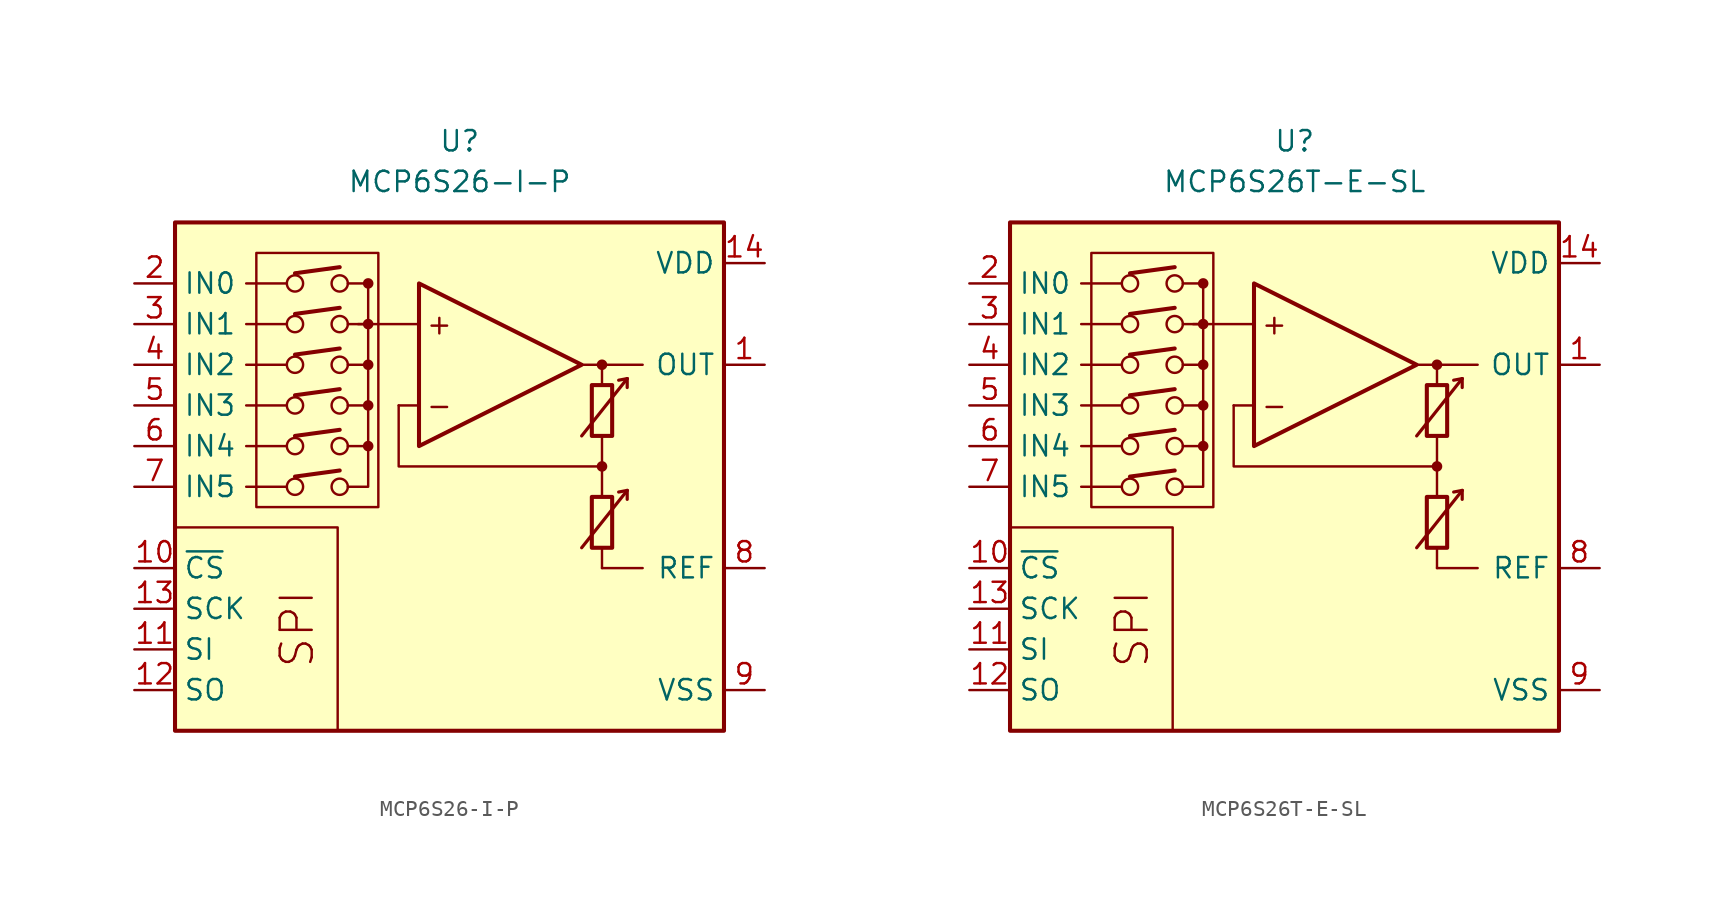
<source format=kicad_sym>
(kicad_symbol_lib
  (version 20211014)
  (generator kicad_symbol_editor)
  (symbol "MCP6S26-I-P"
    (property "Reference" "U"
      (at 0 19.05 0)
      (effects (font (size 1.27 1.27))))
    (property "Value" "MCP6S26-I-P"
      (at 0 16.51 0)
      (effects (font (size 1.27 1.27))))
    (symbol "MCP6S26-I-P_0_0"
      (rectangle (start -17.78 13.97) (end 16.51 -17.78) (stroke (width 0.254) (type default) (color 0 0 0 0)) (fill (type background)))
      (rectangle (start -12.7 12.065) (end -5.08 -3.81) (stroke (width 0.152) (type default) (color 0 0 0 0)) (fill (type none)))
      (circle (center -10.287 -2.54) (radius 0.508) (stroke (width 0) (type default) (color 0 0 0 0)) (fill (type none)))
      (circle (center -10.287 0) (radius 0.508) (stroke (width 0) (type default) (color 0 0 0 0)) (fill (type none)))
      (circle (center -10.287 2.54) (radius 0.508) (stroke (width 0) (type default) (color 0 0 0 0)) (fill (type none)))
      (circle (center -10.287 5.08) (radius 0.508) (stroke (width 0) (type default) (color 0 0 0 0)) (fill (type none)))
      (circle (center -10.287 7.62) (radius 0.508) (stroke (width 0) (type default) (color 0 0 0 0)) (fill (type none)))
      (circle (center -10.287 10.16) (radius 0.508) (stroke (width 0) (type default) (color 0 0 0 0)) (fill (type none)))
      (circle (center -7.493 -2.54) (radius 0.508) (stroke (width 0) (type default) (color 0 0 0 0)) (fill (type none)))
      (circle (center -7.493 0) (radius 0.508) (stroke (width 0) (type default) (color 0 0 0 0)) (fill (type none)))
      (circle (center -7.493 2.54) (radius 0.508) (stroke (width 0) (type default) (color 0 0 0 0)) (fill (type none)))
      (circle (center -7.493 5.08) (radius 0.508) (stroke (width 0) (type default) (color 0 0 0 0)) (fill (type none)))
      (circle (center -7.493 7.62) (radius 0.508) (stroke (width 0) (type default) (color 0 0 0 0)) (fill (type none)))
      (circle (center -7.493 10.16) (radius 0.508) (stroke (width 0) (type default) (color 0 0 0 0)) (fill (type none)))
      (circle (center -5.715 0) (radius 0.254) (stroke (width 0.152) (type default) (color 0 0 0 0)) (fill (type outline)))
      (circle (center -5.715 2.54) (radius 0.254) (stroke (width 0.152) (type default) (color 0 0 0 0)) (fill (type outline)))
      (circle (center -5.715 5.08) (radius 0.254) (stroke (width 0.152) (type default) (color 0 0 0 0)) (fill (type outline)))
      (circle (center -5.715 7.62) (radius 0.254) (stroke (width 0.152) (type default) (color 0 0 0 0)) (fill (type outline)))
      (circle (center -5.715 10.16) (radius 0.254) (stroke (width 0.152) (type default) (color 0 0 0 0)) (fill (type outline)))
      (polyline (pts (xy 8.89 -3.81)) (stroke (width 0.152) (type default) (color 0 0 0 0)) (fill (type none)))
      (polyline (pts (xy 8.89 3.81)) (stroke (width 0.152) (type default) (color 0 0 0 0)) (fill (type none)))
      (polyline (pts (xy -10.795 -2.54) (xy -13.335 -2.54)) (stroke (width 0.152) (type default) (color 0 0 0 0)) (fill (type none)))
      (polyline (pts (xy -10.795 0) (xy -13.335 0)) (stroke (width 0.152) (type default) (color 0 0 0 0)) (fill (type none)))
      (polyline (pts (xy -10.795 2.54) (xy -13.335 2.54)) (stroke (width 0.152) (type default) (color 0 0 0 0)) (fill (type none)))
      (polyline (pts (xy -10.795 5.08) (xy -13.335 5.08)) (stroke (width 0.152) (type default) (color 0 0 0 0)) (fill (type none)))
      (polyline (pts (xy -10.795 7.62) (xy -13.335 7.62)) (stroke (width 0.152) (type default) (color 0 0 0 0)) (fill (type none)))
      (polyline (pts (xy -10.795 10.16) (xy -13.335 10.16)) (stroke (width 0.152) (type default) (color 0 0 0 0)) (fill (type none)))
      (polyline (pts (xy -10.287 -1.905) (xy -7.493 -1.524)) (stroke (width 0.254) (type default) (color 0 0 0 0)) (fill (type none)))
      (polyline (pts (xy -10.287 0.635) (xy -7.493 1.016)) (stroke (width 0.254) (type default) (color 0 0 0 0)) (fill (type none)))
      (polyline (pts (xy -10.287 3.175) (xy -7.493 3.556)) (stroke (width 0.254) (type default) (color 0 0 0 0)) (fill (type none)))
      (polyline (pts (xy -10.287 5.715) (xy -7.493 6.096)) (stroke (width 0.254) (type default) (color 0 0 0 0)) (fill (type none)))
      (polyline (pts (xy -10.287 8.255) (xy -7.493 8.636)) (stroke (width 0.254) (type default) (color 0 0 0 0)) (fill (type none)))
      (polyline (pts (xy -10.287 10.795) (xy -7.493 11.176)) (stroke (width 0.254) (type default) (color 0 0 0 0)) (fill (type none)))
      (polyline (pts (xy -5.715 10.16) (xy -6.985 10.16)) (stroke (width 0.152) (type default) (color 0 0 0 0)) (fill (type none)))
      (polyline (pts (xy -2.54 2.54) (xy -3.81 2.54)) (stroke (width 0.152) (type default) (color 0 0 0 0)) (fill (type none)))
      (polyline (pts (xy -2.54 7.62) (xy -6.35 7.62)) (stroke (width 0.152) (type default) (color 0 0 0 0)) (fill (type none)))
      (polyline (pts (xy 7.62 5.08) (xy 11.43 5.08)) (stroke (width 0.152) (type default) (color 0 0 0 0)) (fill (type none)))
      (polyline (pts (xy 8.89 -6.35) (xy 8.89 -7.62)) (stroke (width 0.152) (type default) (color 0 0 0 0)) (fill (type none)))
      (polyline (pts (xy 8.89 -1.27) (xy 8.89 -3.175)) (stroke (width 0.152) (type default) (color 0 0 0 0)) (fill (type none)))
      (polyline (pts (xy 8.89 0.635) (xy 8.89 -1.27)) (stroke (width 0.152) (type default) (color 0 0 0 0)) (fill (type none)))
      (polyline (pts (xy 8.89 5.08) (xy 8.89 3.81)) (stroke (width 0.152) (type default) (color 0 0 0 0)) (fill (type none)))
      (polyline (pts (xy -7.62 -17.78) (xy -7.62 -5.08) (xy -17.78 -5.08)) (stroke (width 0.152) (type default) (color 0 0 0 0)) (fill (type none)))
      (polyline (pts (xy -6.985 -2.54) (xy -5.715 -2.54) (xy -5.715 0)) (stroke (width 0.152) (type default) (color 0 0 0 0)) (fill (type none)))
      (polyline (pts (xy -6.985 0) (xy -5.715 0) (xy -5.715 2.54)) (stroke (width 0.152) (type default) (color 0 0 0 0)) (fill (type none)))
      (polyline (pts (xy -6.985 2.54) (xy -5.715 2.54) (xy -5.715 5.08)) (stroke (width 0.152) (type default) (color 0 0 0 0)) (fill (type none)))
      (polyline (pts (xy -6.985 5.08) (xy -5.715 5.08) (xy -5.715 7.62)) (stroke (width 0.152) (type default) (color 0 0 0 0)) (fill (type none)))
      (polyline (pts (xy -6.985 7.62) (xy -5.715 7.62) (xy -5.715 10.16)) (stroke (width 0.152) (type default) (color 0 0 0 0)) (fill (type none)))
      (polyline (pts (xy 8.89 -1.27) (xy -3.81 -1.27) (xy -3.81 2.54)) (stroke (width 0.152) (type default) (color 0 0 0 0)) (fill (type none)))
      (circle (center 8.89 -1.27) (radius 0.254) (stroke (width 0.152) (type default) (color 0 0 0 0)) (fill (type outline)))
      (circle (center 8.89 5.08) (radius 0.254) (stroke (width 0.152) (type default) (color 0 0 0 0)) (fill (type outline)))
      (text "+" (at -1.27 7.62 0) (effects (font (size 1.27 1.27))))
      (text "-" (at -1.27 2.54 0) (effects (font (size 1.27 1.27))))
      (text "SPI" (at -10.16 -11.43 900) (effects (font (size 2 2)))))
    (symbol "MCP6S26-I-P_0_1"
      (polyline (pts (xy 8.89 -7.62) (xy 11.43 -7.62)) (stroke (width 0) (type default) (color 0 0 0 0)) (fill (type none)))
      (polyline (pts (xy 10.465 -2.769) (xy 9.931 -2.87)) (stroke (width 0.2) (type default) (color 0 0 0 0)) (fill (type none)))
      (polyline (pts (xy 10.465 -2.769) (xy 10.465 -3.327)) (stroke (width 0.2) (type default) (color 0 0 0 0)) (fill (type none)))
      (polyline (pts (xy 10.465 4.216) (xy 9.931 4.115)) (stroke (width 0.2) (type default) (color 0 0 0 0)) (fill (type none)))
      (polyline (pts (xy 10.465 4.216) (xy 10.465 3.658)) (stroke (width 0.2) (type default) (color 0 0 0 0)) (fill (type none)))
      (polyline (pts (xy -2.54 10.16) (xy -2.54 0) (xy 7.62 5.08) (xy -2.54 10.16)) (stroke (width 0.254) (type default) (color 0 0 0 0)) (fill (type background)))
      (polyline (pts (xy 7.62 -6.35) (xy 10.465 -2.769) (xy 10.465 -2.769) (xy 10.465 -2.769)) (stroke (width 0.2) (type default) (color 0 0 0 0)) (fill (type none)))
      (polyline (pts (xy 7.62 0.635) (xy 10.465 4.216) (xy 10.465 4.216) (xy 10.465 4.216)) (stroke (width 0.2) (type default) (color 0 0 0 0)) (fill (type none)))
      (rectangle (start 8.255 -3.175) (end 9.525 -6.35) (stroke (width 0.254) (type default) (color 0 0 0 0)) (fill (type none)))
      (rectangle (start 8.255 3.81) (end 9.525 0.635) (stroke (width 0.254) (type default) (color 0 0 0 0)) (fill (type none))))
    (symbol "MCP6S26-I-P_1_1"
      (pin output line (at 19.05 5.08 180) (length 2.54) (name "OUT" (effects (font (size 1.27 1.27)))) (number "1" (effects (font (size 1.27 1.27)))))
      (pin input line (at -20.32 -7.62 0) (length 2.54) (name "~{CS}" (effects (font (size 1.27 1.27)))) (number "10" (effects (font (size 1.27 1.27)))))
      (pin input line (at -20.32 -12.7 0) (length 2.54) (name "SI" (effects (font (size 1.27 1.27)))) (number "11" (effects (font (size 1.27 1.27)))))
      (pin output line (at -20.32 -15.24 0) (length 2.54) (name "SO" (effects (font (size 1.27 1.27)))) (number "12" (effects (font (size 1.27 1.27)))))
      (pin input line (at -20.32 -10.16 0) (length 2.54) (name "SCK" (effects (font (size 1.27 1.27)))) (number "13" (effects (font (size 1.27 1.27)))))
      (pin power_in line (at 19.05 11.43 180) (length 2.54) (name "VDD" (effects (font (size 1.27 1.27)))) (number "14" (effects (font (size 1.27 1.27)))))
      (pin input line (at -20.32 10.16 0) (length 2.54) (name "IN0" (effects (font (size 1.27 1.27)))) (number "2" (effects (font (size 1.27 1.27)))))
      (pin input line (at -20.32 7.62 0) (length 2.54) (name "IN1" (effects (font (size 1.27 1.27)))) (number "3" (effects (font (size 1.27 1.27)))))
      (pin input line (at -20.32 5.08 0) (length 2.54) (name "IN2" (effects (font (size 1.27 1.27)))) (number "4" (effects (font (size 1.27 1.27)))))
      (pin input line (at -20.32 2.54 0) (length 2.54) (name "IN3" (effects (font (size 1.27 1.27)))) (number "5" (effects (font (size 1.27 1.27)))))
      (pin input line (at -20.32 0 0) (length 2.54) (name "IN4" (effects (font (size 1.27 1.27)))) (number "6" (effects (font (size 1.27 1.27)))))
      (pin input line (at -20.32 -2.54 0) (length 2.54) (name "IN5" (effects (font (size 1.27 1.27)))) (number "7" (effects (font (size 1.27 1.27)))))
      (pin passive line (at 19.05 -7.62 180) (length 2.54) (name "REF" (effects (font (size 1.27 1.27)))) (number "8" (effects (font (size 1.27 1.27)))))
      (pin power_in line (at 19.05 -15.24 180) (length 2.54) (name "VSS" (effects (font (size 1.27 1.27)))) (number "9" (effects (font (size 1.27 1.27)))))))
  (symbol "MCP6S26T-E-SL"
    (property "Reference" "U"
      (at 0 19.05 0)
      (effects (font (size 1.27 1.27))))
    (property "Value" "MCP6S26T-E-SL"
      (at 0 16.51 0)
      (effects (font (size 1.27 1.27))))
    (symbol "MCP6S26T-E-SL_0_0"
      (rectangle (start -17.78 13.97) (end 16.51 -17.78) (stroke (width 0.254) (type default) (color 0 0 0 0)) (fill (type background)))
      (rectangle (start -12.7 12.065) (end -5.08 -3.81) (stroke (width 0.152) (type default) (color 0 0 0 0)) (fill (type none)))
      (circle (center -10.287 -2.54) (radius 0.508) (stroke (width 0) (type default) (color 0 0 0 0)) (fill (type none)))
      (circle (center -10.287 0) (radius 0.508) (stroke (width 0) (type default) (color 0 0 0 0)) (fill (type none)))
      (circle (center -10.287 2.54) (radius 0.508) (stroke (width 0) (type default) (color 0 0 0 0)) (fill (type none)))
      (circle (center -10.287 5.08) (radius 0.508) (stroke (width 0) (type default) (color 0 0 0 0)) (fill (type none)))
      (circle (center -10.287 7.62) (radius 0.508) (stroke (width 0) (type default) (color 0 0 0 0)) (fill (type none)))
      (circle (center -10.287 10.16) (radius 0.508) (stroke (width 0) (type default) (color 0 0 0 0)) (fill (type none)))
      (circle (center -7.493 -2.54) (radius 0.508) (stroke (width 0) (type default) (color 0 0 0 0)) (fill (type none)))
      (circle (center -7.493 0) (radius 0.508) (stroke (width 0) (type default) (color 0 0 0 0)) (fill (type none)))
      (circle (center -7.493 2.54) (radius 0.508) (stroke (width 0) (type default) (color 0 0 0 0)) (fill (type none)))
      (circle (center -7.493 5.08) (radius 0.508) (stroke (width 0) (type default) (color 0 0 0 0)) (fill (type none)))
      (circle (center -7.493 7.62) (radius 0.508) (stroke (width 0) (type default) (color 0 0 0 0)) (fill (type none)))
      (circle (center -7.493 10.16) (radius 0.508) (stroke (width 0) (type default) (color 0 0 0 0)) (fill (type none)))
      (circle (center -5.715 0) (radius 0.254) (stroke (width 0.152) (type default) (color 0 0 0 0)) (fill (type outline)))
      (circle (center -5.715 2.54) (radius 0.254) (stroke (width 0.152) (type default) (color 0 0 0 0)) (fill (type outline)))
      (circle (center -5.715 5.08) (radius 0.254) (stroke (width 0.152) (type default) (color 0 0 0 0)) (fill (type outline)))
      (circle (center -5.715 7.62) (radius 0.254) (stroke (width 0.152) (type default) (color 0 0 0 0)) (fill (type outline)))
      (circle (center -5.715 10.16) (radius 0.254) (stroke (width 0.152) (type default) (color 0 0 0 0)) (fill (type outline)))
      (polyline (pts (xy 8.89 -3.81)) (stroke (width 0.152) (type default) (color 0 0 0 0)) (fill (type none)))
      (polyline (pts (xy 8.89 3.81)) (stroke (width 0.152) (type default) (color 0 0 0 0)) (fill (type none)))
      (polyline (pts (xy -10.795 -2.54) (xy -13.335 -2.54)) (stroke (width 0.152) (type default) (color 0 0 0 0)) (fill (type none)))
      (polyline (pts (xy -10.795 0) (xy -13.335 0)) (stroke (width 0.152) (type default) (color 0 0 0 0)) (fill (type none)))
      (polyline (pts (xy -10.795 2.54) (xy -13.335 2.54)) (stroke (width 0.152) (type default) (color 0 0 0 0)) (fill (type none)))
      (polyline (pts (xy -10.795 5.08) (xy -13.335 5.08)) (stroke (width 0.152) (type default) (color 0 0 0 0)) (fill (type none)))
      (polyline (pts (xy -10.795 7.62) (xy -13.335 7.62)) (stroke (width 0.152) (type default) (color 0 0 0 0)) (fill (type none)))
      (polyline (pts (xy -10.795 10.16) (xy -13.335 10.16)) (stroke (width 0.152) (type default) (color 0 0 0 0)) (fill (type none)))
      (polyline (pts (xy -10.287 -1.905) (xy -7.493 -1.524)) (stroke (width 0.254) (type default) (color 0 0 0 0)) (fill (type none)))
      (polyline (pts (xy -10.287 0.635) (xy -7.493 1.016)) (stroke (width 0.254) (type default) (color 0 0 0 0)) (fill (type none)))
      (polyline (pts (xy -10.287 3.175) (xy -7.493 3.556)) (stroke (width 0.254) (type default) (color 0 0 0 0)) (fill (type none)))
      (polyline (pts (xy -10.287 5.715) (xy -7.493 6.096)) (stroke (width 0.254) (type default) (color 0 0 0 0)) (fill (type none)))
      (polyline (pts (xy -10.287 8.255) (xy -7.493 8.636)) (stroke (width 0.254) (type default) (color 0 0 0 0)) (fill (type none)))
      (polyline (pts (xy -10.287 10.795) (xy -7.493 11.176)) (stroke (width 0.254) (type default) (color 0 0 0 0)) (fill (type none)))
      (polyline (pts (xy -5.715 10.16) (xy -6.985 10.16)) (stroke (width 0.152) (type default) (color 0 0 0 0)) (fill (type none)))
      (polyline (pts (xy -2.54 2.54) (xy -3.81 2.54)) (stroke (width 0.152) (type default) (color 0 0 0 0)) (fill (type none)))
      (polyline (pts (xy -2.54 7.62) (xy -6.35 7.62)) (stroke (width 0.152) (type default) (color 0 0 0 0)) (fill (type none)))
      (polyline (pts (xy 7.62 5.08) (xy 11.43 5.08)) (stroke (width 0.152) (type default) (color 0 0 0 0)) (fill (type none)))
      (polyline (pts (xy 8.89 -6.35) (xy 8.89 -7.62)) (stroke (width 0.152) (type default) (color 0 0 0 0)) (fill (type none)))
      (polyline (pts (xy 8.89 -1.27) (xy 8.89 -3.175)) (stroke (width 0.152) (type default) (color 0 0 0 0)) (fill (type none)))
      (polyline (pts (xy 8.89 0.635) (xy 8.89 -1.27)) (stroke (width 0.152) (type default) (color 0 0 0 0)) (fill (type none)))
      (polyline (pts (xy 8.89 5.08) (xy 8.89 3.81)) (stroke (width 0.152) (type default) (color 0 0 0 0)) (fill (type none)))
      (polyline (pts (xy -7.62 -17.78) (xy -7.62 -5.08) (xy -17.78 -5.08)) (stroke (width 0.152) (type default) (color 0 0 0 0)) (fill (type none)))
      (polyline (pts (xy -6.985 -2.54) (xy -5.715 -2.54) (xy -5.715 0)) (stroke (width 0.152) (type default) (color 0 0 0 0)) (fill (type none)))
      (polyline (pts (xy -6.985 0) (xy -5.715 0) (xy -5.715 2.54)) (stroke (width 0.152) (type default) (color 0 0 0 0)) (fill (type none)))
      (polyline (pts (xy -6.985 2.54) (xy -5.715 2.54) (xy -5.715 5.08)) (stroke (width 0.152) (type default) (color 0 0 0 0)) (fill (type none)))
      (polyline (pts (xy -6.985 5.08) (xy -5.715 5.08) (xy -5.715 7.62)) (stroke (width 0.152) (type default) (color 0 0 0 0)) (fill (type none)))
      (polyline (pts (xy -6.985 7.62) (xy -5.715 7.62) (xy -5.715 10.16)) (stroke (width 0.152) (type default) (color 0 0 0 0)) (fill (type none)))
      (polyline (pts (xy 8.89 -1.27) (xy -3.81 -1.27) (xy -3.81 2.54)) (stroke (width 0.152) (type default) (color 0 0 0 0)) (fill (type none)))
      (circle (center 8.89 -1.27) (radius 0.254) (stroke (width 0.152) (type default) (color 0 0 0 0)) (fill (type outline)))
      (circle (center 8.89 5.08) (radius 0.254) (stroke (width 0.152) (type default) (color 0 0 0 0)) (fill (type outline)))
      (text "+" (at -1.27 7.62 0) (effects (font (size 1.27 1.27))))
      (text "-" (at -1.27 2.54 0) (effects (font (size 1.27 1.27))))
      (text "SPI" (at -10.16 -11.43 900) (effects (font (size 2 2)))))
    (symbol "MCP6S26T-E-SL_0_1"
      (polyline (pts (xy 8.89 -7.62) (xy 11.43 -7.62)) (stroke (width 0) (type default) (color 0 0 0 0)) (fill (type none)))
      (polyline (pts (xy 10.465 -2.769) (xy 9.931 -2.87)) (stroke (width 0.2) (type default) (color 0 0 0 0)) (fill (type none)))
      (polyline (pts (xy 10.465 -2.769) (xy 10.465 -3.327)) (stroke (width 0.2) (type default) (color 0 0 0 0)) (fill (type none)))
      (polyline (pts (xy 10.465 4.216) (xy 9.931 4.115)) (stroke (width 0.2) (type default) (color 0 0 0 0)) (fill (type none)))
      (polyline (pts (xy 10.465 4.216) (xy 10.465 3.658)) (stroke (width 0.2) (type default) (color 0 0 0 0)) (fill (type none)))
      (polyline (pts (xy -2.54 10.16) (xy -2.54 0) (xy 7.62 5.08) (xy -2.54 10.16)) (stroke (width 0.254) (type default) (color 0 0 0 0)) (fill (type background)))
      (polyline (pts (xy 7.62 -6.35) (xy 10.465 -2.769) (xy 10.465 -2.769) (xy 10.465 -2.769)) (stroke (width 0.2) (type default) (color 0 0 0 0)) (fill (type none)))
      (polyline (pts (xy 7.62 0.635) (xy 10.465 4.216) (xy 10.465 4.216) (xy 10.465 4.216)) (stroke (width 0.2) (type default) (color 0 0 0 0)) (fill (type none)))
      (rectangle (start 8.255 -3.175) (end 9.525 -6.35) (stroke (width 0.254) (type default) (color 0 0 0 0)) (fill (type none)))
      (rectangle (start 8.255 3.81) (end 9.525 0.635) (stroke (width 0.254) (type default) (color 0 0 0 0)) (fill (type none))))
    (symbol "MCP6S26T-E-SL_1_1"
      (pin output line (at 19.05 5.08 180) (length 2.54) (name "OUT" (effects (font (size 1.27 1.27)))) (number "1" (effects (font (size 1.27 1.27)))))
      (pin input line (at -20.32 -7.62 0) (length 2.54) (name "~{CS}" (effects (font (size 1.27 1.27)))) (number "10" (effects (font (size 1.27 1.27)))))
      (pin input line (at -20.32 -12.7 0) (length 2.54) (name "SI" (effects (font (size 1.27 1.27)))) (number "11" (effects (font (size 1.27 1.27)))))
      (pin output line (at -20.32 -15.24 0) (length 2.54) (name "SO" (effects (font (size 1.27 1.27)))) (number "12" (effects (font (size 1.27 1.27)))))
      (pin input line (at -20.32 -10.16 0) (length 2.54) (name "SCK" (effects (font (size 1.27 1.27)))) (number "13" (effects (font (size 1.27 1.27)))))
      (pin power_in line (at 19.05 11.43 180) (length 2.54) (name "VDD" (effects (font (size 1.27 1.27)))) (number "14" (effects (font (size 1.27 1.27)))))
      (pin input line (at -20.32 10.16 0) (length 2.54) (name "IN0" (effects (font (size 1.27 1.27)))) (number "2" (effects (font (size 1.27 1.27)))))
      (pin input line (at -20.32 7.62 0) (length 2.54) (name "IN1" (effects (font (size 1.27 1.27)))) (number "3" (effects (font (size 1.27 1.27)))))
      (pin input line (at -20.32 5.08 0) (length 2.54) (name "IN2" (effects (font (size 1.27 1.27)))) (number "4" (effects (font (size 1.27 1.27)))))
      (pin input line (at -20.32 2.54 0) (length 2.54) (name "IN3" (effects (font (size 1.27 1.27)))) (number "5" (effects (font (size 1.27 1.27)))))
      (pin input line (at -20.32 0 0) (length 2.54) (name "IN4" (effects (font (size 1.27 1.27)))) (number "6" (effects (font (size 1.27 1.27)))))
      (pin input line (at -20.32 -2.54 0) (length 2.54) (name "IN5" (effects (font (size 1.27 1.27)))) (number "7" (effects (font (size 1.27 1.27)))))
      (pin passive line (at 19.05 -7.62 180) (length 2.54) (name "REF" (effects (font (size 1.27 1.27)))) (number "8" (effects (font (size 1.27 1.27)))))
      (pin power_in line (at 19.05 -15.24 180) (length 2.54) (name "VSS" (effects (font (size 1.27 1.27)))) (number "9" (effects (font (size 1.27 1.27))))))))
</source>
